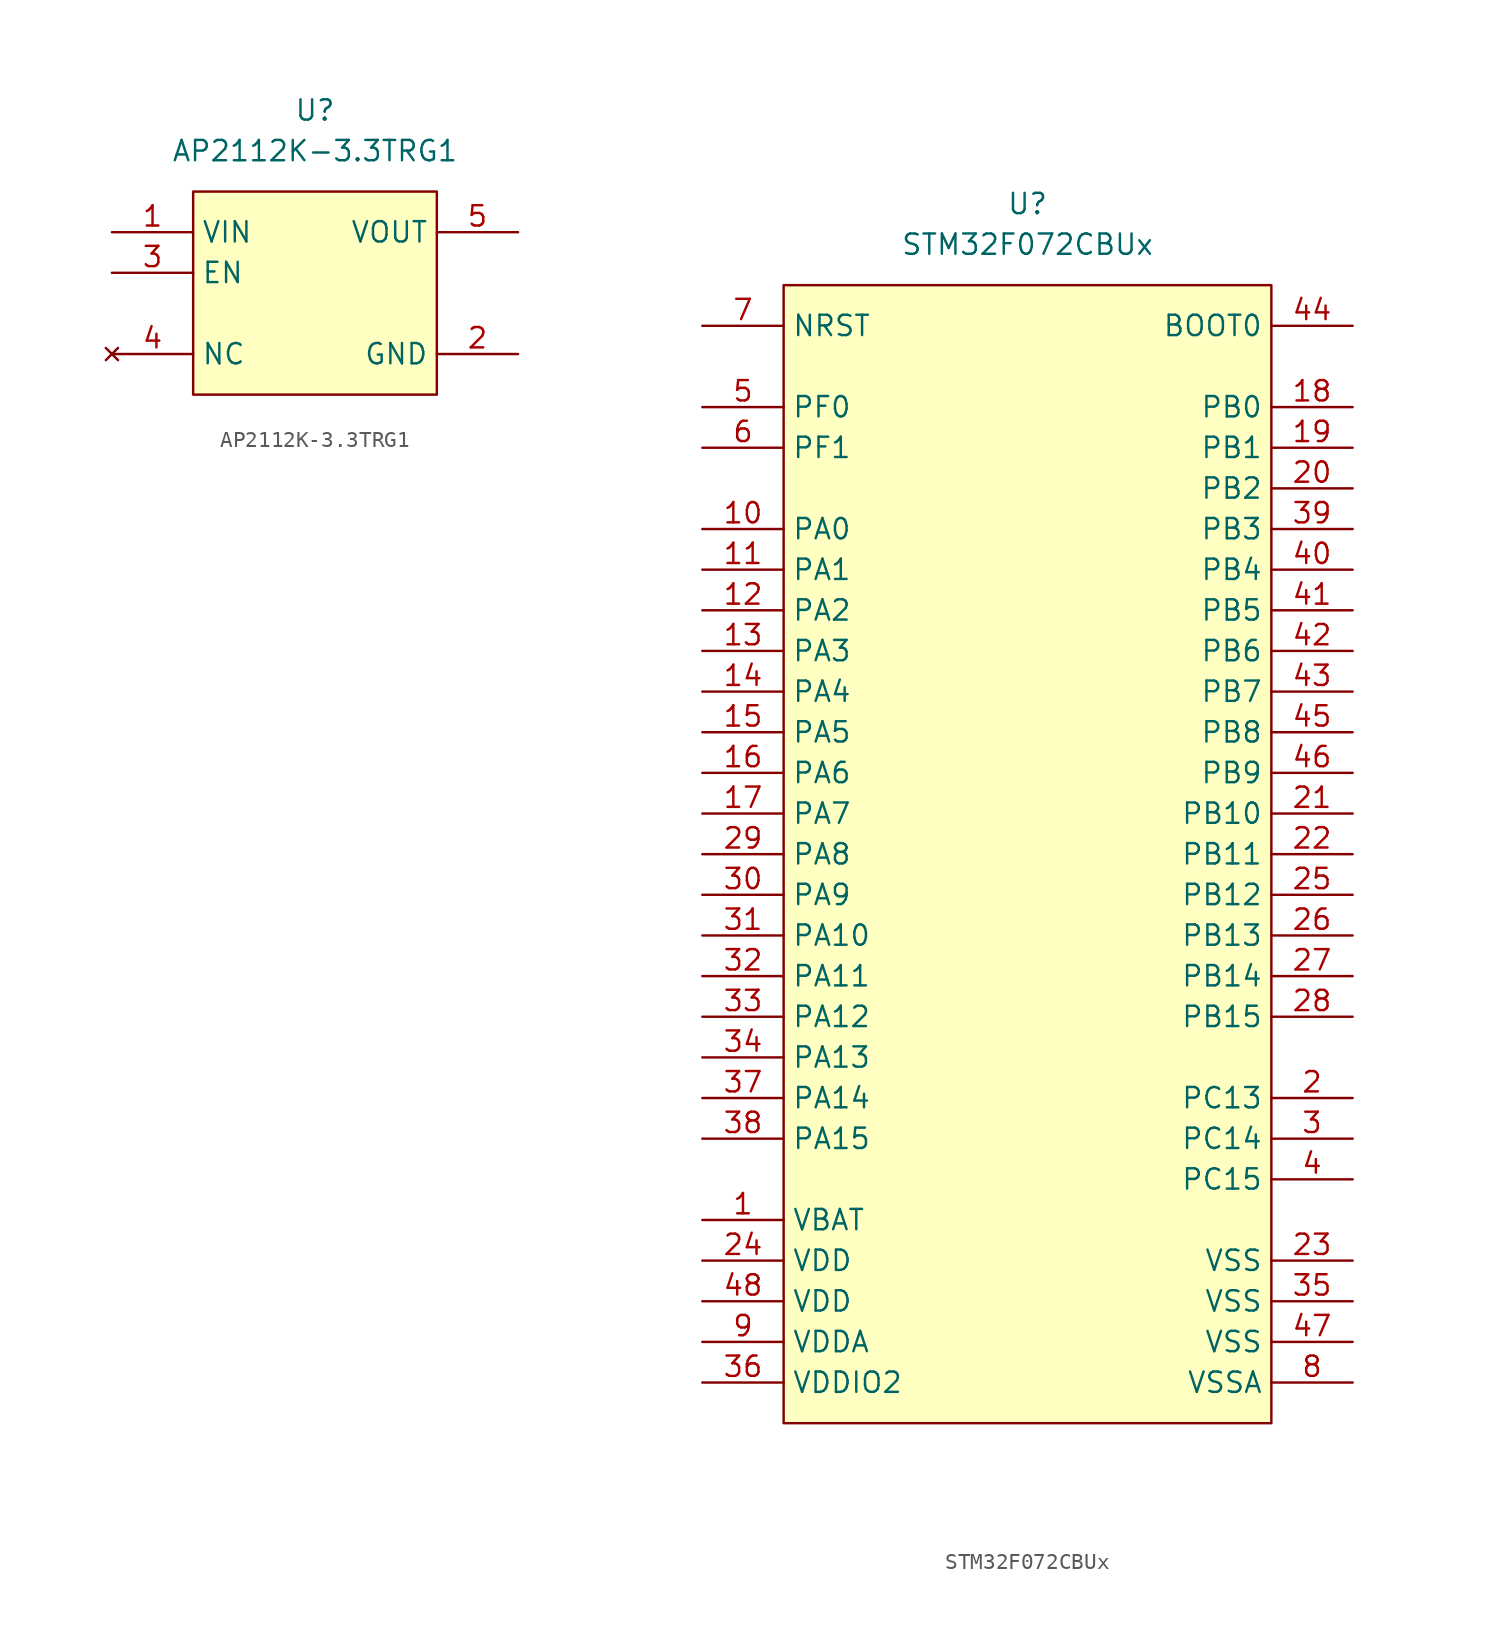
<source format=kicad_sym>
(kicad_symbol_lib
  (version 20241209)
  (generator "kicad_symbol_editor")
  (generator_version "9.0")
  (symbol "AP2112K-3.3TRG1"
    (property "Reference" "U"
      (at 0 10.16 0)
      (effects (font (size 1.27 1.27))))
    (property "Value" "AP2112K-3.3TRG1"
      (at 0 7.62 0)
      (effects (font (size 1.27 1.27))))
    (symbol "AP2112K-3.3TRG1_1_1"
      (rectangle (start -7.62 5.08) (end 7.62 -7.62) (stroke (width 0) (type solid)) (fill (type color) (color 255 255 194 1)))
      (pin power_in line (at -12.7 2.54 0) (length 5.08) (name "VIN" (effects (font (size 1.27 1.27)))) (number "1" (effects (font (size 1.27 1.27)))))
      (pin input line (at -12.7 0 0) (length 5.08) (name "EN" (effects (font (size 1.27 1.27)))) (number "3" (effects (font (size 1.27 1.27)))))
      (pin no_connect line (at -12.7 -5.08 0) (length 5.08) (name "NC" (effects (font (size 1.27 1.27)))) (number "4" (effects (font (size 1.27 1.27)))))
      (pin power_out line (at 12.7 2.54 180) (length 5.08) (name "VOUT" (effects (font (size 1.27 1.27)))) (number "5" (effects (font (size 1.27 1.27)))))
      (pin power_in line (at 12.7 -5.08 180) (length 5.08) (name "GND" (effects (font (size 1.27 1.27)))) (number "2" (effects (font (size 1.27 1.27)))))))
  (symbol "STM32F072CBUx"
    (property "Reference" "U"
      (at 0 40.64 0)
      (effects (font (size 1.27 1.27))))
    (property "Value" "STM32F072CBUx"
      (at 0 38.1 0)
      (effects (font (size 1.27 1.27))))
    (symbol "STM32F072CBUx_1_1"
      (rectangle (start -15.24 35.56) (end 15.24 -35.56) (stroke (width 0) (type solid)) (fill (type color) (color 255 255 194 1)))
      (pin input line (at -20.32 33.02 0) (length 5.08) (name "NRST" (effects (font (size 1.27 1.27)))) (number "7" (effects (font (size 1.27 1.27)))))
      (pin bidirectional line (at -20.32 27.94 0) (length 5.08) (name "PF0" (effects (font (size 1.27 1.27)))) (number "5" (effects (font (size 1.27 1.27)))))
      (pin bidirectional line (at -20.32 25.4 0) (length 5.08) (name "PF1" (effects (font (size 1.27 1.27)))) (number "6" (effects (font (size 1.27 1.27)))))
      (pin bidirectional line (at -20.32 20.32 0) (length 5.08) (name "PA0" (effects (font (size 1.27 1.27)))) (number "10" (effects (font (size 1.27 1.27)))))
      (pin bidirectional line (at -20.32 17.78 0) (length 5.08) (name "PA1" (effects (font (size 1.27 1.27)))) (number "11" (effects (font (size 1.27 1.27)))))
      (pin bidirectional line (at -20.32 15.24 0) (length 5.08) (name "PA2" (effects (font (size 1.27 1.27)))) (number "12" (effects (font (size 1.27 1.27)))))
      (pin bidirectional line (at -20.32 12.7 0) (length 5.08) (name "PA3" (effects (font (size 1.27 1.27)))) (number "13" (effects (font (size 1.27 1.27)))))
      (pin bidirectional line (at -20.32 10.16 0) (length 5.08) (name "PA4" (effects (font (size 1.27 1.27)))) (number "14" (effects (font (size 1.27 1.27)))))
      (pin bidirectional line (at -20.32 7.62 0) (length 5.08) (name "PA5" (effects (font (size 1.27 1.27)))) (number "15" (effects (font (size 1.27 1.27)))))
      (pin bidirectional line (at -20.32 5.08 0) (length 5.08) (name "PA6" (effects (font (size 1.27 1.27)))) (number "16" (effects (font (size 1.27 1.27)))))
      (pin bidirectional line (at -20.32 2.54 0) (length 5.08) (name "PA7" (effects (font (size 1.27 1.27)))) (number "17" (effects (font (size 1.27 1.27)))))
      (pin bidirectional line (at -20.32 0 0) (length 5.08) (name "PA8" (effects (font (size 1.27 1.27)))) (number "29" (effects (font (size 1.27 1.27)))))
      (pin bidirectional line (at -20.32 -2.54 0) (length 5.08) (name "PA9" (effects (font (size 1.27 1.27)))) (number "30" (effects (font (size 1.27 1.27)))))
      (pin bidirectional line (at -20.32 -5.08 0) (length 5.08) (name "PA10" (effects (font (size 1.27 1.27)))) (number "31" (effects (font (size 1.27 1.27)))))
      (pin bidirectional line (at -20.32 -7.62 0) (length 5.08) (name "PA11" (effects (font (size 1.27 1.27)))) (number "32" (effects (font (size 1.27 1.27)))))
      (pin bidirectional line (at -20.32 -10.16 0) (length 5.08) (name "PA12" (effects (font (size 1.27 1.27)))) (number "33" (effects (font (size 1.27 1.27)))))
      (pin bidirectional line (at -20.32 -12.7 0) (length 5.08) (name "PA13" (effects (font (size 1.27 1.27)))) (number "34" (effects (font (size 1.27 1.27)))))
      (pin bidirectional line (at -20.32 -15.24 0) (length 5.08) (name "PA14" (effects (font (size 1.27 1.27)))) (number "37" (effects (font (size 1.27 1.27)))))
      (pin bidirectional line (at -20.32 -17.78 0) (length 5.08) (name "PA15" (effects (font (size 1.27 1.27)))) (number "38" (effects (font (size 1.27 1.27)))))
      (pin power_in line (at -20.32 -22.86 0) (length 5.08) (name "VBAT" (effects (font (size 1.27 1.27)))) (number "1" (effects (font (size 1.27 1.27)))))
      (pin power_in line (at -20.32 -25.4 0) (length 5.08) (name "VDD" (effects (font (size 1.27 1.27)))) (number "24" (effects (font (size 1.27 1.27)))))
      (pin power_in line (at -20.32 -27.94 0) (length 5.08) (name "VDD" (effects (font (size 1.27 1.27)))) (number "48" (effects (font (size 1.27 1.27)))))
      (pin power_in line (at -20.32 -30.48 0) (length 5.08) (name "VDDA" (effects (font (size 1.27 1.27)))) (number "9" (effects (font (size 1.27 1.27)))))
      (pin power_in line (at -20.32 -33.02 0) (length 5.08) (name "VDDIO2" (effects (font (size 1.27 1.27)))) (number "36" (effects (font (size 1.27 1.27)))))
      (pin input line (at 20.32 33.02 180) (length 5.08) (name "BOOT0" (effects (font (size 1.27 1.27)))) (number "44" (effects (font (size 1.27 1.27)))))
      (pin bidirectional line (at 20.32 27.94 180) (length 5.08) (name "PB0" (effects (font (size 1.27 1.27)))) (number "18" (effects (font (size 1.27 1.27)))))
      (pin bidirectional line (at 20.32 25.4 180) (length 5.08) (name "PB1" (effects (font (size 1.27 1.27)))) (number "19" (effects (font (size 1.27 1.27)))))
      (pin bidirectional line (at 20.32 22.86 180) (length 5.08) (name "PB2" (effects (font (size 1.27 1.27)))) (number "20" (effects (font (size 1.27 1.27)))))
      (pin bidirectional line (at 20.32 20.32 180) (length 5.08) (name "PB3" (effects (font (size 1.27 1.27)))) (number "39" (effects (font (size 1.27 1.27)))))
      (pin bidirectional line (at 20.32 17.78 180) (length 5.08) (name "PB4" (effects (font (size 1.27 1.27)))) (number "40" (effects (font (size 1.27 1.27)))))
      (pin bidirectional line (at 20.32 15.24 180) (length 5.08) (name "PB5" (effects (font (size 1.27 1.27)))) (number "41" (effects (font (size 1.27 1.27)))))
      (pin bidirectional line (at 20.32 12.7 180) (length 5.08) (name "PB6" (effects (font (size 1.27 1.27)))) (number "42" (effects (font (size 1.27 1.27)))))
      (pin bidirectional line (at 20.32 10.16 180) (length 5.08) (name "PB7" (effects (font (size 1.27 1.27)))) (number "43" (effects (font (size 1.27 1.27)))))
      (pin bidirectional line (at 20.32 7.62 180) (length 5.08) (name "PB8" (effects (font (size 1.27 1.27)))) (number "45" (effects (font (size 1.27 1.27)))))
      (pin bidirectional line (at 20.32 5.08 180) (length 5.08) (name "PB9" (effects (font (size 1.27 1.27)))) (number "46" (effects (font (size 1.27 1.27)))))
      (pin bidirectional line (at 20.32 2.54 180) (length 5.08) (name "PB10" (effects (font (size 1.27 1.27)))) (number "21" (effects (font (size 1.27 1.27)))))
      (pin bidirectional line (at 20.32 0 180) (length 5.08) (name "PB11" (effects (font (size 1.27 1.27)))) (number "22" (effects (font (size 1.27 1.27)))))
      (pin bidirectional line (at 20.32 -2.54 180) (length 5.08) (name "PB12" (effects (font (size 1.27 1.27)))) (number "25" (effects (font (size 1.27 1.27)))))
      (pin bidirectional line (at 20.32 -5.08 180) (length 5.08) (name "PB13" (effects (font (size 1.27 1.27)))) (number "26" (effects (font (size 1.27 1.27)))))
      (pin bidirectional line (at 20.32 -7.62 180) (length 5.08) (name "PB14" (effects (font (size 1.27 1.27)))) (number "27" (effects (font (size 1.27 1.27)))))
      (pin bidirectional line (at 20.32 -10.16 180) (length 5.08) (name "PB15" (effects (font (size 1.27 1.27)))) (number "28" (effects (font (size 1.27 1.27)))))
      (pin bidirectional line (at 20.32 -15.24 180) (length 5.08) (name "PC13" (effects (font (size 1.27 1.27)))) (number "2" (effects (font (size 1.27 1.27)))))
      (pin bidirectional line (at 20.32 -17.78 180) (length 5.08) (name "PC14" (effects (font (size 1.27 1.27)))) (number "3" (effects (font (size 1.27 1.27)))))
      (pin bidirectional line (at 20.32 -20.32 180) (length 5.08) (name "PC15" (effects (font (size 1.27 1.27)))) (number "4" (effects (font (size 1.27 1.27)))))
      (pin power_in line (at 20.32 -25.4 180) (length 5.08) (name "VSS" (effects (font (size 1.27 1.27)))) (number "23" (effects (font (size 1.27 1.27)))))
      (pin power_in line (at 20.32 -25.4 180) (length 5.08) (hide yes) (name "GND" (effects (font (size 1.27 1.27)))) (number "EP" (effects (font (size 1.27 1.27)))))
      (pin power_in line (at 20.32 -27.94 180) (length 5.08) (name "VSS" (effects (font (size 1.27 1.27)))) (number "35" (effects (font (size 1.27 1.27)))))
      (pin power_in line (at 20.32 -30.48 180) (length 5.08) (name "VSS" (effects (font (size 1.27 1.27)))) (number "47" (effects (font (size 1.27 1.27)))))
      (pin power_in line (at 20.32 -33.02 180) (length 5.08) (name "VSSA" (effects (font (size 1.27 1.27)))) (number "8" (effects (font (size 1.27 1.27))))))))
</source>
